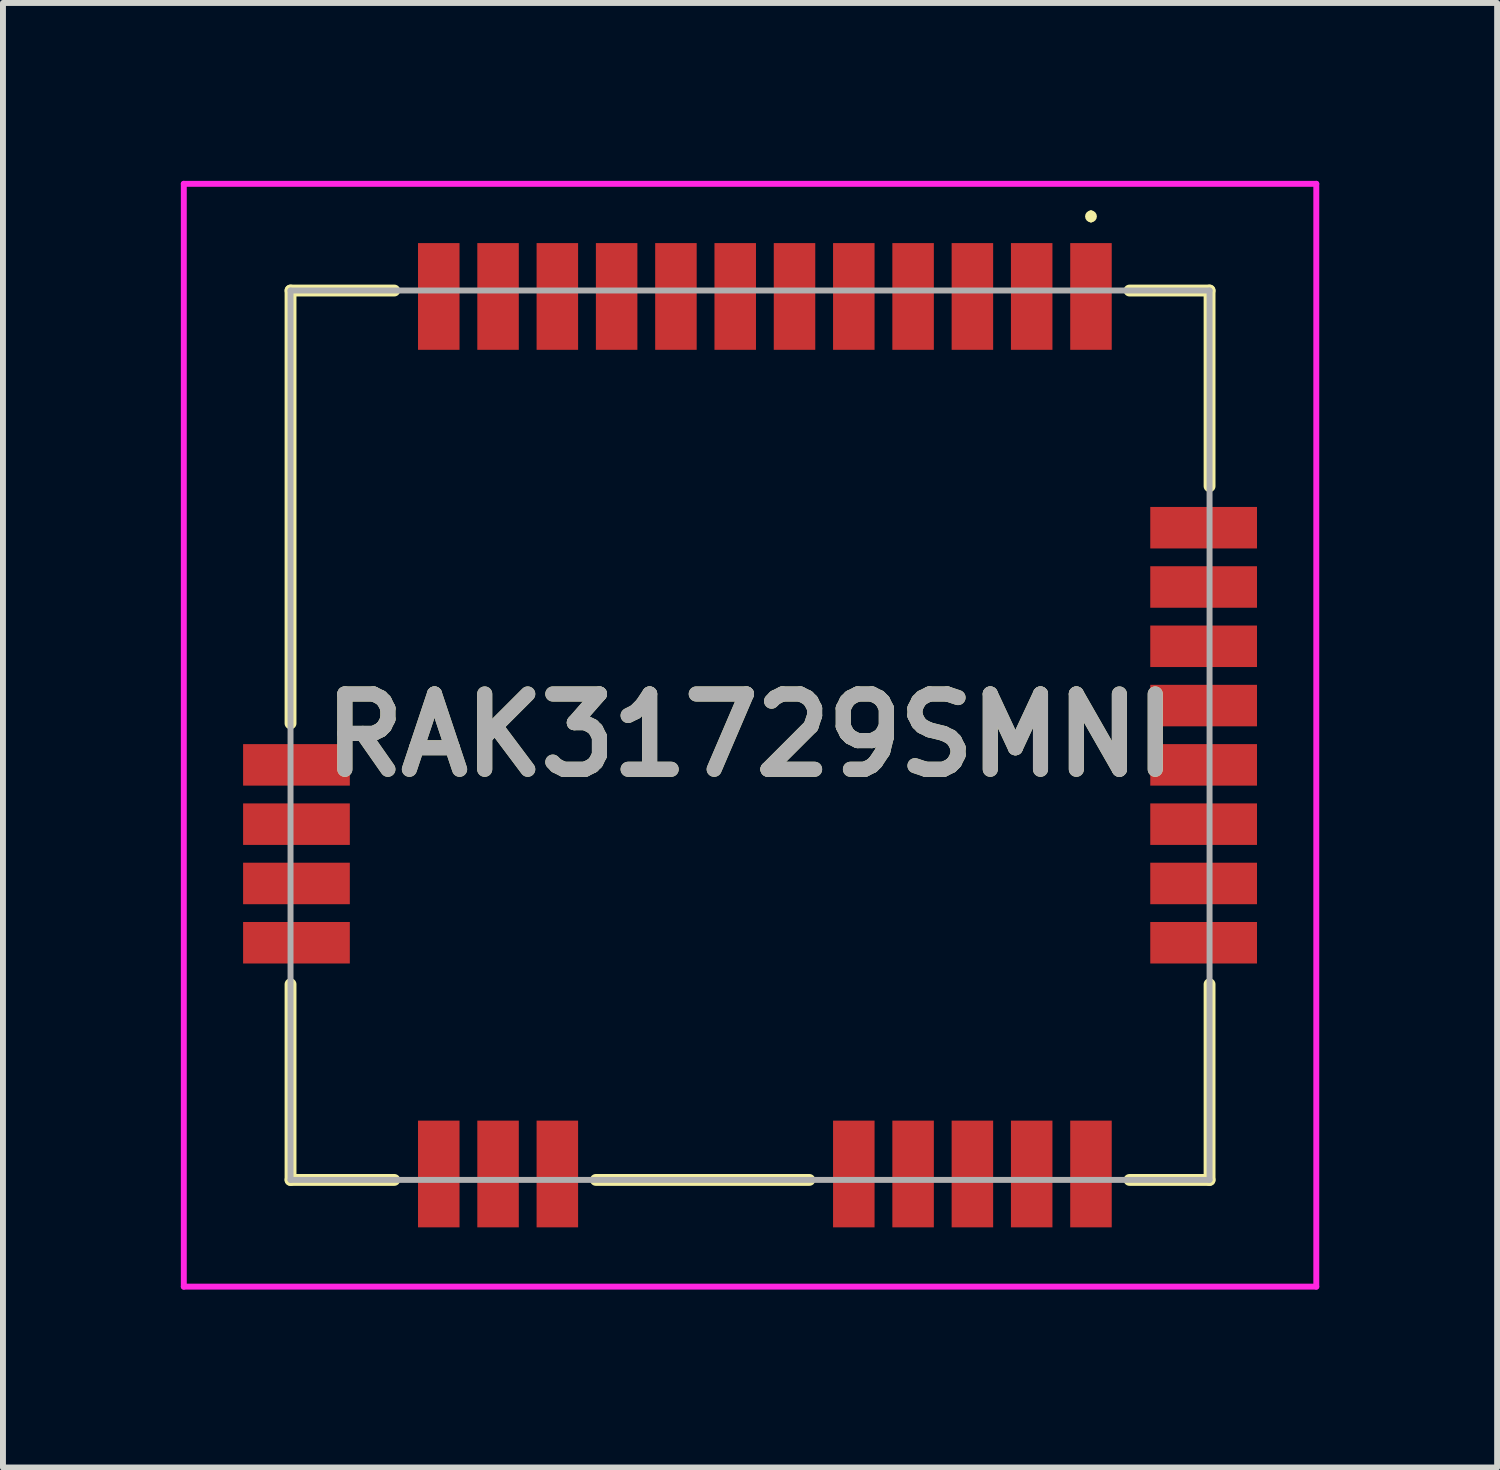
<source format=kicad_pcb>
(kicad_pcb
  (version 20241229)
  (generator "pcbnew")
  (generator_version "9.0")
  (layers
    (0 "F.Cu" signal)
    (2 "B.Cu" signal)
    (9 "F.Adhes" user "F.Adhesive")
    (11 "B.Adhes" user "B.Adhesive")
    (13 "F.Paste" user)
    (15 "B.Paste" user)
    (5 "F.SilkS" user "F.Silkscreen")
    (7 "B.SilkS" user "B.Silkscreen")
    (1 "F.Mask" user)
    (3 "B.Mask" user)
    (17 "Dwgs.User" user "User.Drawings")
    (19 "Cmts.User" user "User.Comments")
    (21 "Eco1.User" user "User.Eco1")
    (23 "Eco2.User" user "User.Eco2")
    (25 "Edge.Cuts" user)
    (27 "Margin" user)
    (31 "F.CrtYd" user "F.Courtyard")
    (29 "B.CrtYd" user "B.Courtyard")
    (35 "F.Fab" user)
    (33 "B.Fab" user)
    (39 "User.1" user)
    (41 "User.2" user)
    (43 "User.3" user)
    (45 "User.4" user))
  (footprint "RAK31729SMNI"
    (layer "F.Cu")
    (at 9.6 9.35)
    (property "Reference" "RAK31729SMNI" (at 0 0 0) (layer "F.SilkS") (effects (font (size 1.27 1.27) (thickness 0.254))))
    (attr smd)
    (fp_line (start -7.75 -7.5) (end -7.75 -0.2) (stroke (width 0.2) (type solid)) (layer "F.SilkS"))
    (fp_line (start -7.75 7.5) (end -7.75 4.2) (stroke (width 0.2) (type solid)) (layer "F.SilkS"))
    (fp_line (start -6 -7.5) (end -7.75 -7.5) (stroke (width 0.2) (type solid)) (layer "F.SilkS"))
    (fp_line (start -6 7.5) (end -7.75 7.5) (stroke (width 0.2) (type solid)) (layer "F.SilkS"))
    (fp_line (start -2.6 7.5) (end 1 7.5) (stroke (width 0.2) (type solid)) (layer "F.SilkS"))
    (fp_line (start 5.75 -8.8) (end 5.75 -8.8) (stroke (width 0.1) (type solid)) (layer "F.SilkS"))
    (fp_line (start 5.75 -8.7) (end 5.75 -8.7) (stroke (width 0.1) (type solid)) (layer "F.SilkS"))
    (fp_line (start 6.4 7.5) (end 7.75 7.5) (stroke (width 0.2) (type solid)) (layer "F.SilkS"))
    (fp_line (start 7.75 -7.5) (end 6.4 -7.5) (stroke (width 0.2) (type solid)) (layer "F.SilkS"))
    (fp_line (start 7.75 -4.2) (end 7.75 -7.5) (stroke (width 0.2) (type solid)) (layer "F.SilkS"))
    (fp_line (start 7.75 7.5) (end 7.75 4.2) (stroke (width 0.2) (type solid)) (layer "F.SilkS"))
    (fp_arc (start 5.75 -8.8) (mid 5.8 -8.75) (end 5.75 -8.7) (stroke (width 0.1) (type solid)) (layer "F.SilkS"))
    (fp_arc (start 5.75 -8.7) (mid 5.7 -8.75) (end 5.75 -8.8) (stroke (width 0.1) (type solid)) (layer "F.SilkS"))
    (fp_line (start -9.55 -9.3) (end 9.55 -9.3) (stroke (width 0.1) (type solid)) (layer "F.CrtYd"))
    (fp_line (start -9.55 9.3) (end -9.55 -9.3) (stroke (width 0.1) (type solid)) (layer "F.CrtYd"))
    (fp_line (start 9.55 -9.3) (end 9.55 9.3) (stroke (width 0.1) (type solid)) (layer "F.CrtYd"))
    (fp_line (start 9.55 9.3) (end -9.55 9.3) (stroke (width 0.1) (type solid)) (layer "F.CrtYd"))
    (fp_line (start -7.75 -7.5) (end 7.75 -7.5) (stroke (width 0.1) (type solid)) (layer "F.Fab"))
    (fp_line (start -7.75 7.5) (end -7.75 -7.5) (stroke (width 0.1) (type solid)) (layer "F.Fab"))
    (fp_line (start 7.75 -7.5) (end 7.75 7.5) (stroke (width 0.1) (type solid)) (layer "F.Fab"))
    (fp_line (start 7.75 7.5) (end -7.75 7.5) (stroke (width 0.1) (type solid)) (layer "F.Fab"))
    (fp_text user "${REFERENCE}" (at 0 0 0) (layer "F.Fab") (effects (font (size 1.27 1.27) (thickness 0.254))))
    (pad "1" smd rect (at 5.75 -7.4) (size 0.7 1.8) (layers "F.Cu" "F.Mask" "F.Paste"))
    (pad "2" smd rect (at 4.75 -7.4) (size 0.7 1.8) (layers "F.Cu" "F.Mask" "F.Paste"))
    (pad "3" smd rect (at 3.75 -7.4) (size 0.7 1.8) (layers "F.Cu" "F.Mask" "F.Paste"))
    (pad "4" smd rect (at 2.75 -7.4) (size 0.7 1.8) (layers "F.Cu" "F.Mask" "F.Paste"))
    (pad "5" smd rect (at 1.75 -7.4) (size 0.7 1.8) (layers "F.Cu" "F.Mask" "F.Paste"))
    (pad "6" smd rect (at 0.75 -7.4) (size 0.7 1.8) (layers "F.Cu" "F.Mask" "F.Paste"))
    (pad "7" smd rect (at -0.25 -7.4) (size 0.7 1.8) (layers "F.Cu" "F.Mask" "F.Paste"))
    (pad "8" smd rect (at -1.25 -7.4) (size 0.7 1.8) (layers "F.Cu" "F.Mask" "F.Paste"))
    (pad "9" smd rect (at -2.25 -7.4) (size 0.7 1.8) (layers "F.Cu" "F.Mask" "F.Paste"))
    (pad "10" smd rect (at -3.25 -7.4) (size 0.7 1.8) (layers "F.Cu" "F.Mask" "F.Paste"))
    (pad "11" smd rect (at -4.25 -7.4) (size 0.7 1.8) (layers "F.Cu" "F.Mask" "F.Paste"))
    (pad "12" smd rect (at -5.25 -7.4) (size 0.7 1.8) (layers "F.Cu" "F.Mask" "F.Paste"))
    (pad "13" smd rect (at -7.65 0.5 90) (size 0.7 1.8) (layers "F.Cu" "F.Mask" "F.Paste"))
    (pad "14" smd rect (at -7.65 1.5 90) (size 0.7 1.8) (layers "F.Cu" "F.Mask" "F.Paste"))
    (pad "15" smd rect (at -7.65 2.5 90) (size 0.7 1.8) (layers "F.Cu" "F.Mask" "F.Paste"))
    (pad "16" smd rect (at -7.65 3.5 90) (size 0.7 1.8) (layers "F.Cu" "F.Mask" "F.Paste"))
    (pad "17" smd rect (at -5.25 7.4) (size 0.7 1.8) (layers "F.Cu" "F.Mask" "F.Paste"))
    (pad "18" smd rect (at -4.25 7.4) (size 0.7 1.8) (layers "F.Cu" "F.Mask" "F.Paste"))
    (pad "19" smd rect (at -3.25 7.4) (size 0.7 1.8) (layers "F.Cu" "F.Mask" "F.Paste"))
    (pad "20" smd rect (at 1.75 7.4) (size 0.7 1.8) (layers "F.Cu" "F.Mask" "F.Paste"))
    (pad "21" smd rect (at 2.75 7.4) (size 0.7 1.8) (layers "F.Cu" "F.Mask" "F.Paste"))
    (pad "22" smd rect (at 3.75 7.4) (size 0.7 1.8) (layers "F.Cu" "F.Mask" "F.Paste"))
    (pad "23" smd rect (at 4.75 7.4) (size 0.7 1.8) (layers "F.Cu" "F.Mask" "F.Paste"))
    (pad "24" smd rect (at 5.75 7.4) (size 0.7 1.8) (layers "F.Cu" "F.Mask" "F.Paste"))
    (pad "25" smd rect (at 7.65 3.5 90) (size 0.7 1.8) (layers "F.Cu" "F.Mask" "F.Paste"))
    (pad "26" smd rect (at 7.65 2.5 90) (size 0.7 1.8) (layers "F.Cu" "F.Mask" "F.Paste"))
    (pad "27" smd rect (at 7.65 1.5 90) (size 0.7 1.8) (layers "F.Cu" "F.Mask" "F.Paste"))
    (pad "28" smd rect (at 7.65 0.5 90) (size 0.7 1.8) (layers "F.Cu" "F.Mask" "F.Paste"))
    (pad "29" smd rect (at 7.65 -0.5 90) (size 0.7 1.8) (layers "F.Cu" "F.Mask" "F.Paste"))
    (pad "30" smd rect (at 7.65 -1.5 90) (size 0.7 1.8) (layers "F.Cu" "F.Mask" "F.Paste"))
    (pad "31" smd rect (at 7.65 -2.5 90) (size 0.7 1.8) (layers "F.Cu" "F.Mask" "F.Paste"))
    (pad "32" smd rect (at 7.65 -3.5 90) (size 0.7 1.8) (layers "F.Cu" "F.Mask" "F.Paste")))
  (gr_rect
    (start -3 -3)
    (end 22.2 21.7)
    (stroke (width 0.1) (type default))
    (fill no)
    (layer "Edge.Cuts")))
</source>
